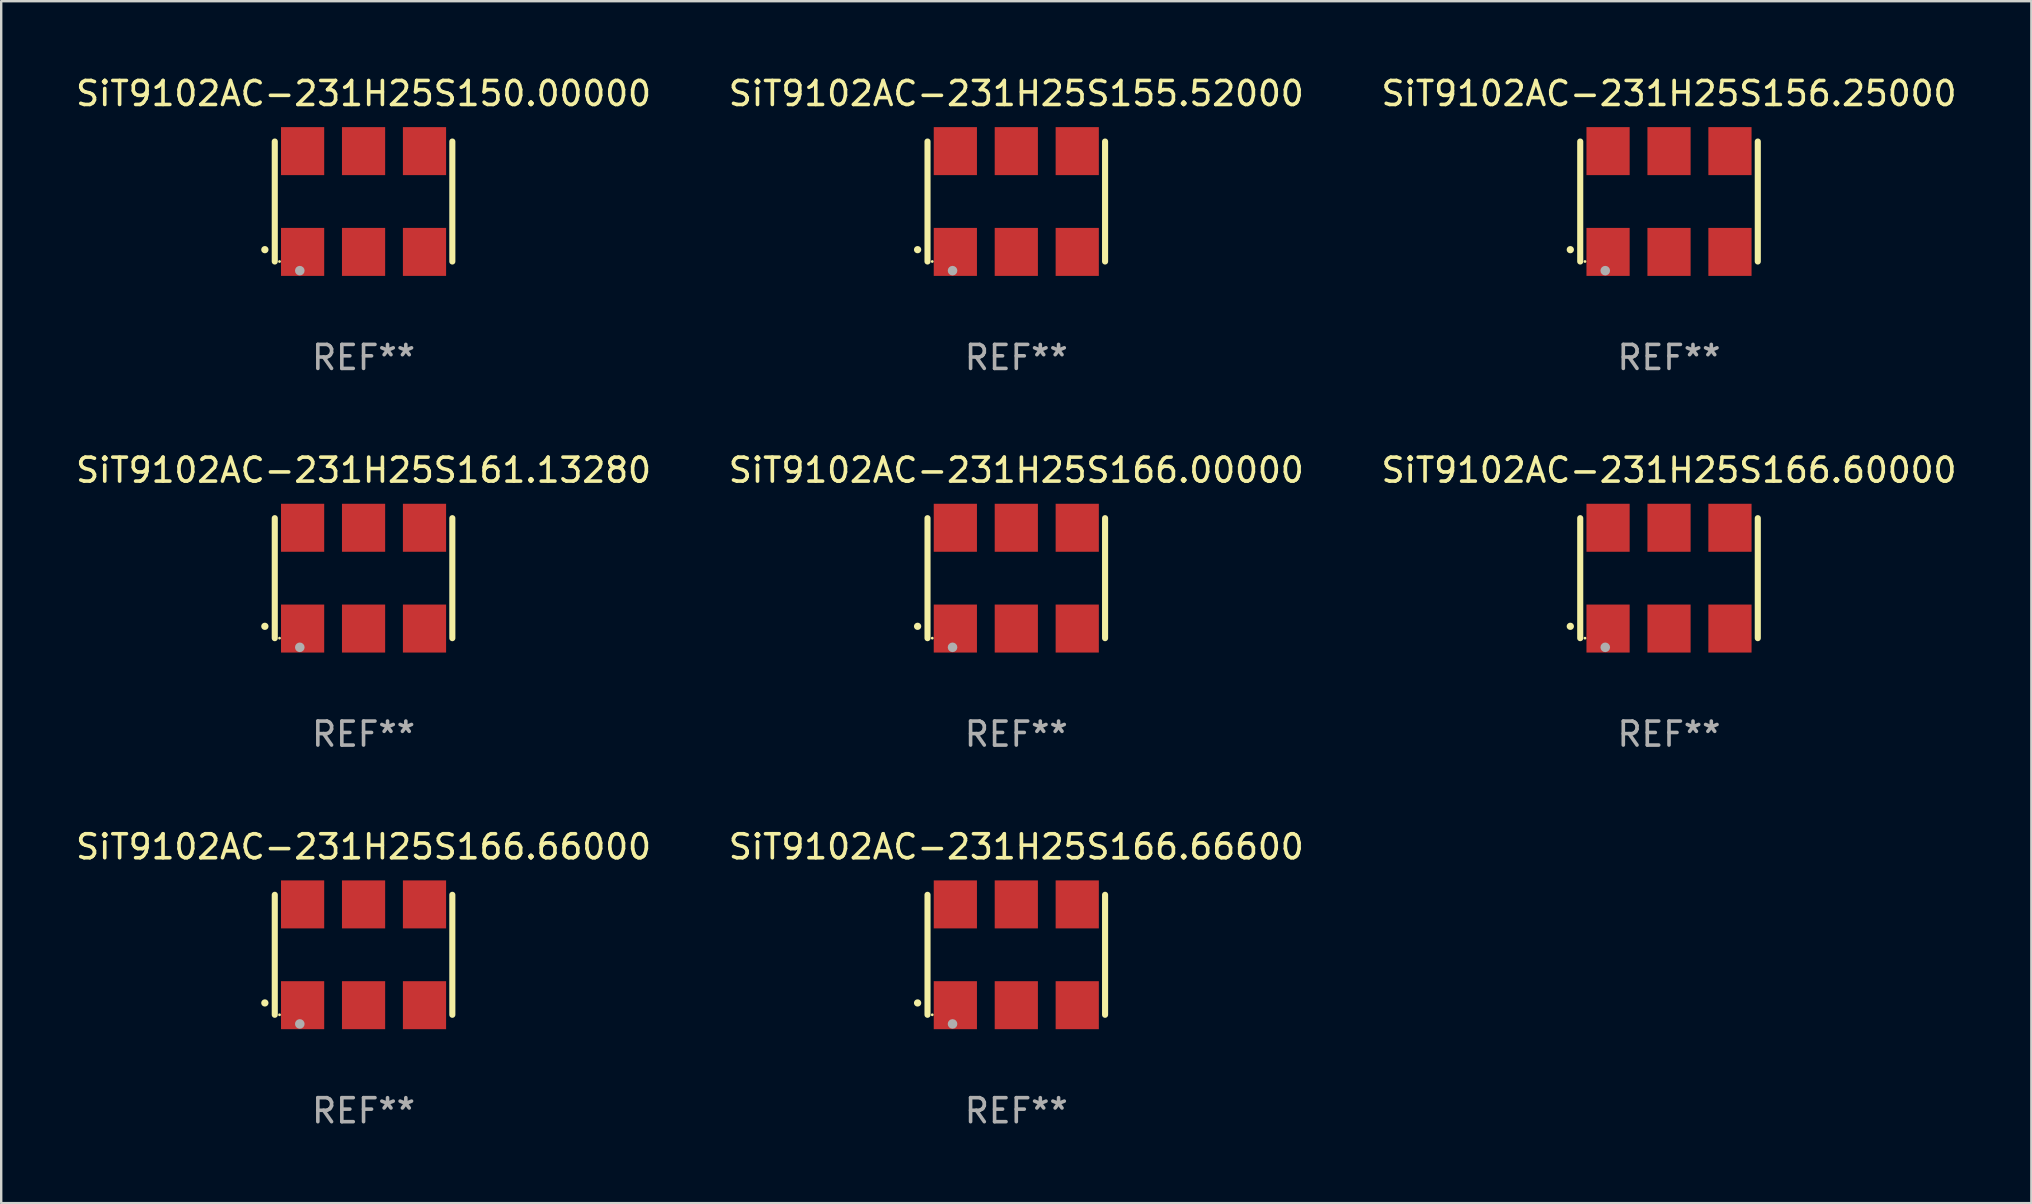
<source format=kicad_pcb>
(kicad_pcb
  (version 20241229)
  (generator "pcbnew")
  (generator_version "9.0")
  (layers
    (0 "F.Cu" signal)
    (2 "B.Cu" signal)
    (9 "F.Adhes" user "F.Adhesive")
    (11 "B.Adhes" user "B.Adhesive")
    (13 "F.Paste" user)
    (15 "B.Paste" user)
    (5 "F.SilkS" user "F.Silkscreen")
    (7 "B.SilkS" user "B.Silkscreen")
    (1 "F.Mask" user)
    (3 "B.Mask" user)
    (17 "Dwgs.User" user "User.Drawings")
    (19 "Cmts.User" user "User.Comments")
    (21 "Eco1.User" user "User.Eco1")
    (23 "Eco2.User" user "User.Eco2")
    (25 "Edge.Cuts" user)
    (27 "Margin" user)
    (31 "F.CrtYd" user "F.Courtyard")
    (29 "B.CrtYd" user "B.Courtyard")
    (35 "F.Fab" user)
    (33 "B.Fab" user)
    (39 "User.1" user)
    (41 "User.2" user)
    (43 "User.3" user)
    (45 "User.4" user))
  (footprint "SiT9102AC-231H25S156.25000"
    (layer "F.Cu")
    (at 66.506 5.348)
    (property "Reference" "SiT9102AC-231H25S156.25000" (at 0 -4.5 0) (layer "F.SilkS") (effects (font (size 1 1) (thickness 0.15))))
    (attr through_hole)
    (fp_line (start -3.7 -2.5) (end -3.7 2.5) (stroke (width 0.254) (type solid)) (layer "F.SilkS"))
    (fp_line (start 3.7 -2.5) (end 3.7 2.5) (stroke (width 0.254) (type solid)) (layer "F.SilkS"))
    (fp_arc (start -4.114415 2.006604) (mid -4.113145 2.006599) (end -4.111875 2.006604) (stroke (width 0.3) (type solid)) (layer "F.SilkS"))
    (fp_circle (center -3.502 2.5) (end -3.472 2.5) (stroke (width 0.06) (type solid)) (fill no) (layer "F.SilkS"))
    (fp_circle (center -2.657 2.882) (end -2.557 2.882) (stroke (width 0.2) (type solid)) (fill no) (layer "F.Fab"))
    (fp_text user "REF**" (at 0 6.5 0) (layer "F.Fab") (effects (font (size 1 1) (thickness 0.15))))
    (pad "1" smd rect (at -2.54 2.1) (size 1.8 2) (layers "F.Cu" "F.Mask" "F.Paste"))
    (pad "2" smd rect (at 0.000394 2.1) (size 1.8 2) (layers "F.Cu" "F.Mask" "F.Paste"))
    (pad "3" smd rect (at 2.54 2.1) (size 1.8 2) (layers "F.Cu" "F.Mask" "F.Paste"))
    (pad "4" smd rect (at 2.54 -2.1) (size 1.8 2) (layers "F.Cu" "F.Mask" "F.Paste"))
    (pad "5" smd rect (at 0.000394 -2.1) (size 1.8 2) (layers "F.Cu" "F.Mask" "F.Paste"))
    (pad "6" smd rect (at -2.54 -2.1) (size 1.8 2) (layers "F.Cu" "F.Mask" "F.Paste")))
  (footprint "SiT9102AC-231H25S166.66600"
    (layer "F.Cu")
    (at 39.304 36.741)
    (property "Reference" "SiT9102AC-231H25S166.66600" (at 0 -4.5 0) (layer "F.SilkS") (effects (font (size 1 1) (thickness 0.15))))
    (attr through_hole)
    (fp_line (start -3.7 -2.5) (end -3.7 2.5) (stroke (width 0.254) (type solid)) (layer "F.SilkS"))
    (fp_line (start 3.7 -2.5) (end 3.7 2.5) (stroke (width 0.254) (type solid)) (layer "F.SilkS"))
    (fp_arc (start -4.114415 2.006604) (mid -4.113145 2.006599) (end -4.111875 2.006604) (stroke (width 0.3) (type solid)) (layer "F.SilkS"))
    (fp_circle (center -3.502 2.5) (end -3.472 2.5) (stroke (width 0.06) (type solid)) (fill no) (layer "F.SilkS"))
    (fp_circle (center -2.657 2.882) (end -2.557 2.882) (stroke (width 0.2) (type solid)) (fill no) (layer "F.Fab"))
    (fp_text user "REF**" (at 0 6.5 0) (layer "F.Fab") (effects (font (size 1 1) (thickness 0.15))))
    (pad "1" smd rect (at -2.54 2.1) (size 1.8 2) (layers "F.Cu" "F.Mask" "F.Paste"))
    (pad "2" smd rect (at 0.000394 2.1) (size 1.8 2) (layers "F.Cu" "F.Mask" "F.Paste"))
    (pad "3" smd rect (at 2.54 2.1) (size 1.8 2) (layers "F.Cu" "F.Mask" "F.Paste"))
    (pad "4" smd rect (at 2.54 -2.1) (size 1.8 2) (layers "F.Cu" "F.Mask" "F.Paste"))
    (pad "5" smd rect (at 0.000394 -2.1) (size 1.8 2) (layers "F.Cu" "F.Mask" "F.Paste"))
    (pad "6" smd rect (at -2.54 -2.1) (size 1.8 2) (layers "F.Cu" "F.Mask" "F.Paste")))
  (footprint "SiT9102AC-231H25S161.13280"
    (layer "F.Cu")
    (at 12.101 21.045)
    (property "Reference" "SiT9102AC-231H25S161.13280" (at 0 -4.5 0) (layer "F.SilkS") (effects (font (size 1 1) (thickness 0.15))))
    (attr through_hole)
    (fp_line (start -3.7 -2.5) (end -3.7 2.5) (stroke (width 0.254) (type solid)) (layer "F.SilkS"))
    (fp_line (start 3.7 -2.5) (end 3.7 2.5) (stroke (width 0.254) (type solid)) (layer "F.SilkS"))
    (fp_arc (start -4.114415 2.006604) (mid -4.113145 2.006599) (end -4.111875 2.006604) (stroke (width 0.3) (type solid)) (layer "F.SilkS"))
    (fp_circle (center -3.502 2.5) (end -3.472 2.5) (stroke (width 0.06) (type solid)) (fill no) (layer "F.SilkS"))
    (fp_circle (center -2.657 2.882) (end -2.557 2.882) (stroke (width 0.2) (type solid)) (fill no) (layer "F.Fab"))
    (fp_text user "REF**" (at 0 6.5 0) (layer "F.Fab") (effects (font (size 1 1) (thickness 0.15))))
    (pad "1" smd rect (at -2.54 2.1) (size 1.8 2) (layers "F.Cu" "F.Mask" "F.Paste"))
    (pad "2" smd rect (at 0.000394 2.1) (size 1.8 2) (layers "F.Cu" "F.Mask" "F.Paste"))
    (pad "3" smd rect (at 2.54 2.1) (size 1.8 2) (layers "F.Cu" "F.Mask" "F.Paste"))
    (pad "4" smd rect (at 2.54 -2.1) (size 1.8 2) (layers "F.Cu" "F.Mask" "F.Paste"))
    (pad "5" smd rect (at 0.000394 -2.1) (size 1.8 2) (layers "F.Cu" "F.Mask" "F.Paste"))
    (pad "6" smd rect (at -2.54 -2.1) (size 1.8 2) (layers "F.Cu" "F.Mask" "F.Paste")))
  (footprint "SiT9102AC-231H25S150.00000"
    (layer "F.Cu")
    (at 12.101 5.348)
    (property "Reference" "SiT9102AC-231H25S150.00000" (at 0 -4.5 0) (layer "F.SilkS") (effects (font (size 1 1) (thickness 0.15))))
    (attr through_hole)
    (fp_line (start -3.7 -2.5) (end -3.7 2.5) (stroke (width 0.254) (type solid)) (layer "F.SilkS"))
    (fp_line (start 3.7 -2.5) (end 3.7 2.5) (stroke (width 0.254) (type solid)) (layer "F.SilkS"))
    (fp_arc (start -4.114415 2.006604) (mid -4.113145 2.006599) (end -4.111875 2.006604) (stroke (width 0.3) (type solid)) (layer "F.SilkS"))
    (fp_circle (center -3.502 2.5) (end -3.472 2.5) (stroke (width 0.06) (type solid)) (fill no) (layer "F.SilkS"))
    (fp_circle (center -2.657 2.882) (end -2.557 2.882) (stroke (width 0.2) (type solid)) (fill no) (layer "F.Fab"))
    (fp_text user "REF**" (at 0 6.5 0) (layer "F.Fab") (effects (font (size 1 1) (thickness 0.15))))
    (pad "1" smd rect (at -2.54 2.1) (size 1.8 2) (layers "F.Cu" "F.Mask" "F.Paste"))
    (pad "2" smd rect (at 0.000394 2.1) (size 1.8 2) (layers "F.Cu" "F.Mask" "F.Paste"))
    (pad "3" smd rect (at 2.54 2.1) (size 1.8 2) (layers "F.Cu" "F.Mask" "F.Paste"))
    (pad "4" smd rect (at 2.54 -2.1) (size 1.8 2) (layers "F.Cu" "F.Mask" "F.Paste"))
    (pad "5" smd rect (at 0.000394 -2.1) (size 1.8 2) (layers "F.Cu" "F.Mask" "F.Paste"))
    (pad "6" smd rect (at -2.54 -2.1) (size 1.8 2) (layers "F.Cu" "F.Mask" "F.Paste")))
  (footprint "SiT9102AC-231H25S166.66000"
    (layer "F.Cu")
    (at 12.101 36.741)
    (property "Reference" "SiT9102AC-231H25S166.66000" (at 0 -4.5 0) (layer "F.SilkS") (effects (font (size 1 1) (thickness 0.15))))
    (attr through_hole)
    (fp_line (start -3.7 -2.5) (end -3.7 2.5) (stroke (width 0.254) (type solid)) (layer "F.SilkS"))
    (fp_line (start 3.7 -2.5) (end 3.7 2.5) (stroke (width 0.254) (type solid)) (layer "F.SilkS"))
    (fp_arc (start -4.114415 2.006604) (mid -4.113145 2.006599) (end -4.111875 2.006604) (stroke (width 0.3) (type solid)) (layer "F.SilkS"))
    (fp_circle (center -3.502 2.5) (end -3.472 2.5) (stroke (width 0.06) (type solid)) (fill no) (layer "F.SilkS"))
    (fp_circle (center -2.657 2.882) (end -2.557 2.882) (stroke (width 0.2) (type solid)) (fill no) (layer "F.Fab"))
    (fp_text user "REF**" (at 0 6.5 0) (layer "F.Fab") (effects (font (size 1 1) (thickness 0.15))))
    (pad "1" smd rect (at -2.54 2.1) (size 1.8 2) (layers "F.Cu" "F.Mask" "F.Paste"))
    (pad "2" smd rect (at 0.000394 2.1) (size 1.8 2) (layers "F.Cu" "F.Mask" "F.Paste"))
    (pad "3" smd rect (at 2.54 2.1) (size 1.8 2) (layers "F.Cu" "F.Mask" "F.Paste"))
    (pad "4" smd rect (at 2.54 -2.1) (size 1.8 2) (layers "F.Cu" "F.Mask" "F.Paste"))
    (pad "5" smd rect (at 0.000394 -2.1) (size 1.8 2) (layers "F.Cu" "F.Mask" "F.Paste"))
    (pad "6" smd rect (at -2.54 -2.1) (size 1.8 2) (layers "F.Cu" "F.Mask" "F.Paste")))
  (footprint "SiT9102AC-231H25S155.52000"
    (layer "F.Cu")
    (at 39.304 5.348)
    (property "Reference" "SiT9102AC-231H25S155.52000" (at 0 -4.5 0) (layer "F.SilkS") (effects (font (size 1 1) (thickness 0.15))))
    (attr through_hole)
    (fp_line (start -3.7 -2.5) (end -3.7 2.5) (stroke (width 0.254) (type solid)) (layer "F.SilkS"))
    (fp_line (start 3.7 -2.5) (end 3.7 2.5) (stroke (width 0.254) (type solid)) (layer "F.SilkS"))
    (fp_arc (start -4.114415 2.006604) (mid -4.113145 2.006599) (end -4.111875 2.006604) (stroke (width 0.3) (type solid)) (layer "F.SilkS"))
    (fp_circle (center -3.502 2.5) (end -3.472 2.5) (stroke (width 0.06) (type solid)) (fill no) (layer "F.SilkS"))
    (fp_circle (center -2.657 2.882) (end -2.557 2.882) (stroke (width 0.2) (type solid)) (fill no) (layer "F.Fab"))
    (fp_text user "REF**" (at 0 6.5 0) (layer "F.Fab") (effects (font (size 1 1) (thickness 0.15))))
    (pad "1" smd rect (at -2.54 2.1) (size 1.8 2) (layers "F.Cu" "F.Mask" "F.Paste"))
    (pad "2" smd rect (at 0.000394 2.1) (size 1.8 2) (layers "F.Cu" "F.Mask" "F.Paste"))
    (pad "3" smd rect (at 2.54 2.1) (size 1.8 2) (layers "F.Cu" "F.Mask" "F.Paste"))
    (pad "4" smd rect (at 2.54 -2.1) (size 1.8 2) (layers "F.Cu" "F.Mask" "F.Paste"))
    (pad "5" smd rect (at 0.000394 -2.1) (size 1.8 2) (layers "F.Cu" "F.Mask" "F.Paste"))
    (pad "6" smd rect (at -2.54 -2.1) (size 1.8 2) (layers "F.Cu" "F.Mask" "F.Paste")))
  (footprint "SiT9102AC-231H25S166.60000"
    (layer "F.Cu")
    (at 66.506 21.045)
    (property "Reference" "SiT9102AC-231H25S166.60000" (at 0 -4.5 0) (layer "F.SilkS") (effects (font (size 1 1) (thickness 0.15))))
    (attr through_hole)
    (fp_line (start -3.7 -2.5) (end -3.7 2.5) (stroke (width 0.254) (type solid)) (layer "F.SilkS"))
    (fp_line (start 3.7 -2.5) (end 3.7 2.5) (stroke (width 0.254) (type solid)) (layer "F.SilkS"))
    (fp_arc (start -4.114415 2.006604) (mid -4.113145 2.006599) (end -4.111875 2.006604) (stroke (width 0.3) (type solid)) (layer "F.SilkS"))
    (fp_circle (center -3.502 2.5) (end -3.472 2.5) (stroke (width 0.06) (type solid)) (fill no) (layer "F.SilkS"))
    (fp_circle (center -2.657 2.882) (end -2.557 2.882) (stroke (width 0.2) (type solid)) (fill no) (layer "F.Fab"))
    (fp_text user "REF**" (at 0 6.5 0) (layer "F.Fab") (effects (font (size 1 1) (thickness 0.15))))
    (pad "1" smd rect (at -2.54 2.1) (size 1.8 2) (layers "F.Cu" "F.Mask" "F.Paste"))
    (pad "2" smd rect (at 0.000394 2.1) (size 1.8 2) (layers "F.Cu" "F.Mask" "F.Paste"))
    (pad "3" smd rect (at 2.54 2.1) (size 1.8 2) (layers "F.Cu" "F.Mask" "F.Paste"))
    (pad "4" smd rect (at 2.54 -2.1) (size 1.8 2) (layers "F.Cu" "F.Mask" "F.Paste"))
    (pad "5" smd rect (at 0.000394 -2.1) (size 1.8 2) (layers "F.Cu" "F.Mask" "F.Paste"))
    (pad "6" smd rect (at -2.54 -2.1) (size 1.8 2) (layers "F.Cu" "F.Mask" "F.Paste")))
  (footprint "SiT9102AC-231H25S166.00000"
    (layer "F.Cu")
    (at 39.304 21.045)
    (property "Reference" "SiT9102AC-231H25S166.00000" (at 0 -4.5 0) (layer "F.SilkS") (effects (font (size 1 1) (thickness 0.15))))
    (attr through_hole)
    (fp_line (start -3.7 -2.5) (end -3.7 2.5) (stroke (width 0.254) (type solid)) (layer "F.SilkS"))
    (fp_line (start 3.7 -2.5) (end 3.7 2.5) (stroke (width 0.254) (type solid)) (layer "F.SilkS"))
    (fp_arc (start -4.114415 2.006604) (mid -4.113145 2.006599) (end -4.111875 2.006604) (stroke (width 0.3) (type solid)) (layer "F.SilkS"))
    (fp_circle (center -3.502 2.5) (end -3.472 2.5) (stroke (width 0.06) (type solid)) (fill no) (layer "F.SilkS"))
    (fp_circle (center -2.657 2.882) (end -2.557 2.882) (stroke (width 0.2) (type solid)) (fill no) (layer "F.Fab"))
    (fp_text user "REF**" (at 0 6.5 0) (layer "F.Fab") (effects (font (size 1 1) (thickness 0.15))))
    (pad "1" smd rect (at -2.54 2.1) (size 1.8 2) (layers "F.Cu" "F.Mask" "F.Paste"))
    (pad "2" smd rect (at 0.000394 2.1) (size 1.8 2) (layers "F.Cu" "F.Mask" "F.Paste"))
    (pad "3" smd rect (at 2.54 2.1) (size 1.8 2) (layers "F.Cu" "F.Mask" "F.Paste"))
    (pad "4" smd rect (at 2.54 -2.1) (size 1.8 2) (layers "F.Cu" "F.Mask" "F.Paste"))
    (pad "5" smd rect (at 0.000394 -2.1) (size 1.8 2) (layers "F.Cu" "F.Mask" "F.Paste"))
    (pad "6" smd rect (at -2.54 -2.1) (size 1.8 2) (layers "F.Cu" "F.Mask" "F.Paste")))
  (gr_rect
    (start -3 -3)
    (end 81.607 47.09)
    (stroke (width 0.1) (type default))
    (fill no)
    (layer "Edge.Cuts")))
</source>
